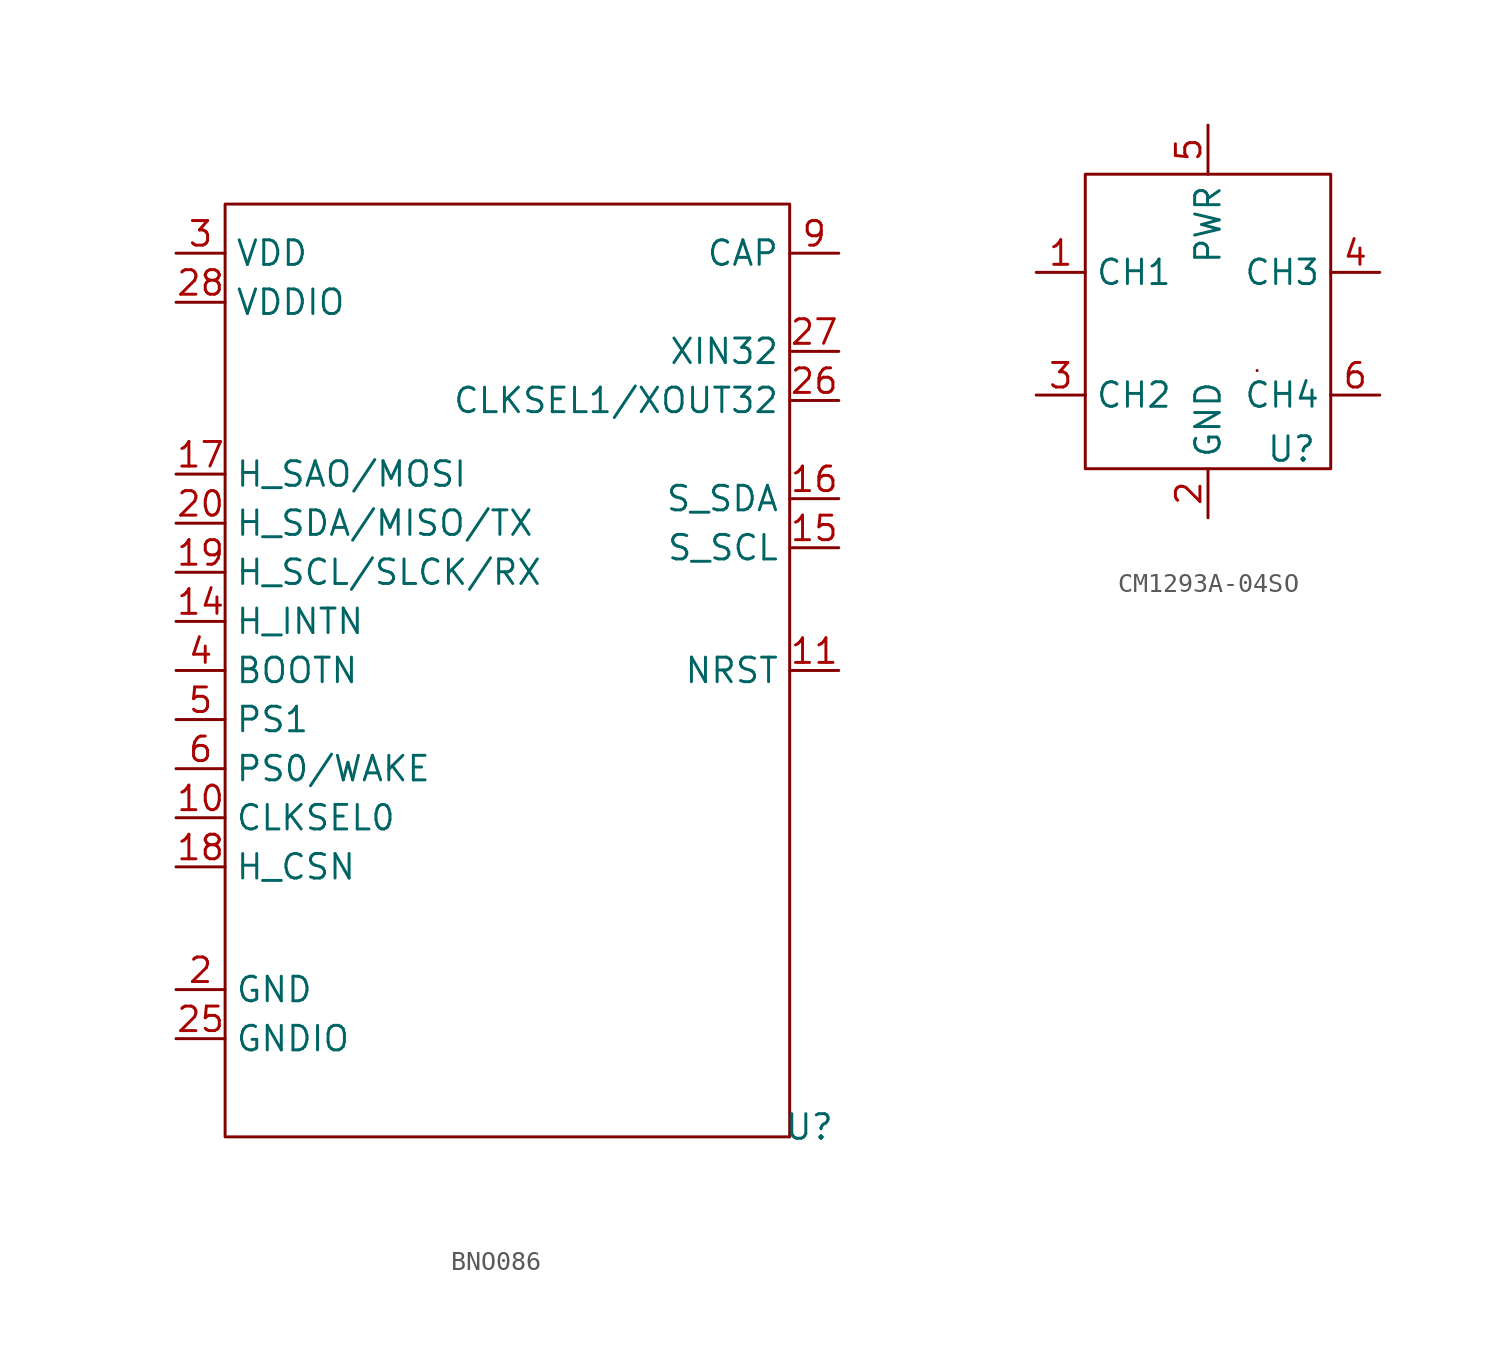
<source format=kicad_sym>
(kicad_symbol_lib
  (version 20231120)
  (generator "kicad_symbol_editor")
  (generator_version "8.0")
  (symbol "BNO086"
    (property "Reference" "U"
      (at 34.036 -49.022 0)
      (effects (font (size 1.27 1.27))))
    (property "Value" ""
      (at 0 0 0)
      (effects (font (size 1.27 1.27))))
    (symbol "BNO086_0_1"
      (rectangle (start 3.81 -1.27) (end 33.02 -49.53) (stroke (width 0) (type default)) (fill (type none))))
    (symbol "BNO086_1_1"
      (pin input line (at 1.27 -33.02 0) (length 2.54) (name "CLKSEL0" (effects (font (size 1.27 1.27)))) (number "10" (effects (font (size 1.27 1.27)))))
      (pin input line (at 35.56 -25.4 180) (length 2.54) (name "NRST" (effects (font (size 1.27 1.27)))) (number "11" (effects (font (size 1.27 1.27)))))
      (pin output line (at 1.27 -22.86 0) (length 2.54) (name "H_INTN" (effects (font (size 1.27 1.27)))) (number "14" (effects (font (size 1.27 1.27)))))
      (pin bidirectional line (at 35.56 -19.05 180) (length 2.54) (name "S_SCL" (effects (font (size 1.27 1.27)))) (number "15" (effects (font (size 1.27 1.27)))))
      (pin bidirectional line (at 35.56 -16.51 180) (length 2.54) (name "S_SDA" (effects (font (size 1.27 1.27)))) (number "16" (effects (font (size 1.27 1.27)))))
      (pin input line (at 1.27 -15.24 0) (length 2.54) (name "H_SAO/MOSI" (effects (font (size 1.27 1.27)))) (number "17" (effects (font (size 1.27 1.27)))))
      (pin input line (at 1.27 -35.56 0) (length 2.54) (name "H_CSN" (effects (font (size 1.27 1.27)))) (number "18" (effects (font (size 1.27 1.27)))))
      (pin bidirectional line (at 1.27 -20.32 0) (length 2.54) (name "H_SCL/SLCK/RX" (effects (font (size 1.27 1.27)))) (number "19" (effects (font (size 1.27 1.27)))))
      (pin input line (at 1.27 -41.91 0) (length 2.54) (name "GND" (effects (font (size 1.27 1.27)))) (number "2" (effects (font (size 1.27 1.27)))))
      (pin bidirectional line (at 1.27 -17.78 0) (length 2.54) (name "H_SDA/MISO/TX" (effects (font (size 1.27 1.27)))) (number "20" (effects (font (size 1.27 1.27)))))
      (pin input line (at 1.27 -44.45 0) (length 2.54) (name "GNDIO" (effects (font (size 1.27 1.27)))) (number "25" (effects (font (size 1.27 1.27)))))
      (pin output line (at 35.56 -11.43 180) (length 2.54) (name "CLKSEL1/XOUT32" (effects (font (size 1.27 1.27)))) (number "26" (effects (font (size 1.27 1.27)))))
      (pin input line (at 35.56 -8.89 180) (length 2.54) (name "XIN32" (effects (font (size 1.27 1.27)))) (number "27" (effects (font (size 1.27 1.27)))))
      (pin input line (at 1.27 -6.35 0) (length 2.54) (name "VDDIO" (effects (font (size 1.27 1.27)))) (number "28" (effects (font (size 1.27 1.27)))))
      (pin input line (at 1.27 -3.81 0) (length 2.54) (name "VDD" (effects (font (size 1.27 1.27)))) (number "3" (effects (font (size 1.27 1.27)))))
      (pin input line (at 1.27 -25.4 0) (length 2.54) (name "BOOTN" (effects (font (size 1.27 1.27)))) (number "4" (effects (font (size 1.27 1.27)))))
      (pin input line (at 1.27 -27.94 0) (length 2.54) (name "PS1" (effects (font (size 1.27 1.27)))) (number "5" (effects (font (size 1.27 1.27)))))
      (pin input line (at 1.27 -30.48 0) (length 2.54) (name "PS0/WAKE" (effects (font (size 1.27 1.27)))) (number "6" (effects (font (size 1.27 1.27)))))
      (pin input line (at 35.56 -3.81 180) (length 2.54) (name "CAP" (effects (font (size 1.27 1.27)))) (number "9" (effects (font (size 1.27 1.27)))))))
  (symbol "CM1293A-04SO"
    (property "Reference" "U"
      (at 4.318 -6.604 0)
      (effects (font (size 1.27 1.27))))
    (property "Value" ""
      (at 0 0 0)
      (effects (font (size 1.27 1.27))))
    (symbol "CM1293A-04SO_0_1"
      (rectangle (start 2.54 -2.54) (end 2.54 -2.54) (stroke (width 0) (type default)) (fill (type none))))
    (symbol "CM1293A-04SO_1_1"
      (rectangle (start -6.35 7.62) (end 6.35 -7.62) (stroke (width 0) (type default)) (fill (type none)))
      (pin passive line (at -8.89 2.54 0) (length 2.54) (name "CH1" (effects (font (size 1.27 1.27)))) (number "1" (effects (font (size 1.27 1.27)))))
      (pin passive line (at 0 -10.16 90) (length 2.54) (name "GND" (effects (font (size 1.27 1.27)))) (number "2" (effects (font (size 1.27 1.27)))))
      (pin passive line (at -8.89 -3.81 0) (length 2.54) (name "CH2" (effects (font (size 1.27 1.27)))) (number "3" (effects (font (size 1.27 1.27)))))
      (pin passive line (at 8.89 2.54 180) (length 2.54) (name "CH3" (effects (font (size 1.27 1.27)))) (number "4" (effects (font (size 1.27 1.27)))))
      (pin passive line (at 0 10.16 270) (length 2.54) (name "PWR" (effects (font (size 1.27 1.27)))) (number "5" (effects (font (size 1.27 1.27)))))
      (pin passive line (at 8.89 -3.81 180) (length 2.54) (name "CH4" (effects (font (size 1.27 1.27)))) (number "6" (effects (font (size 1.27 1.27))))))))
</source>
